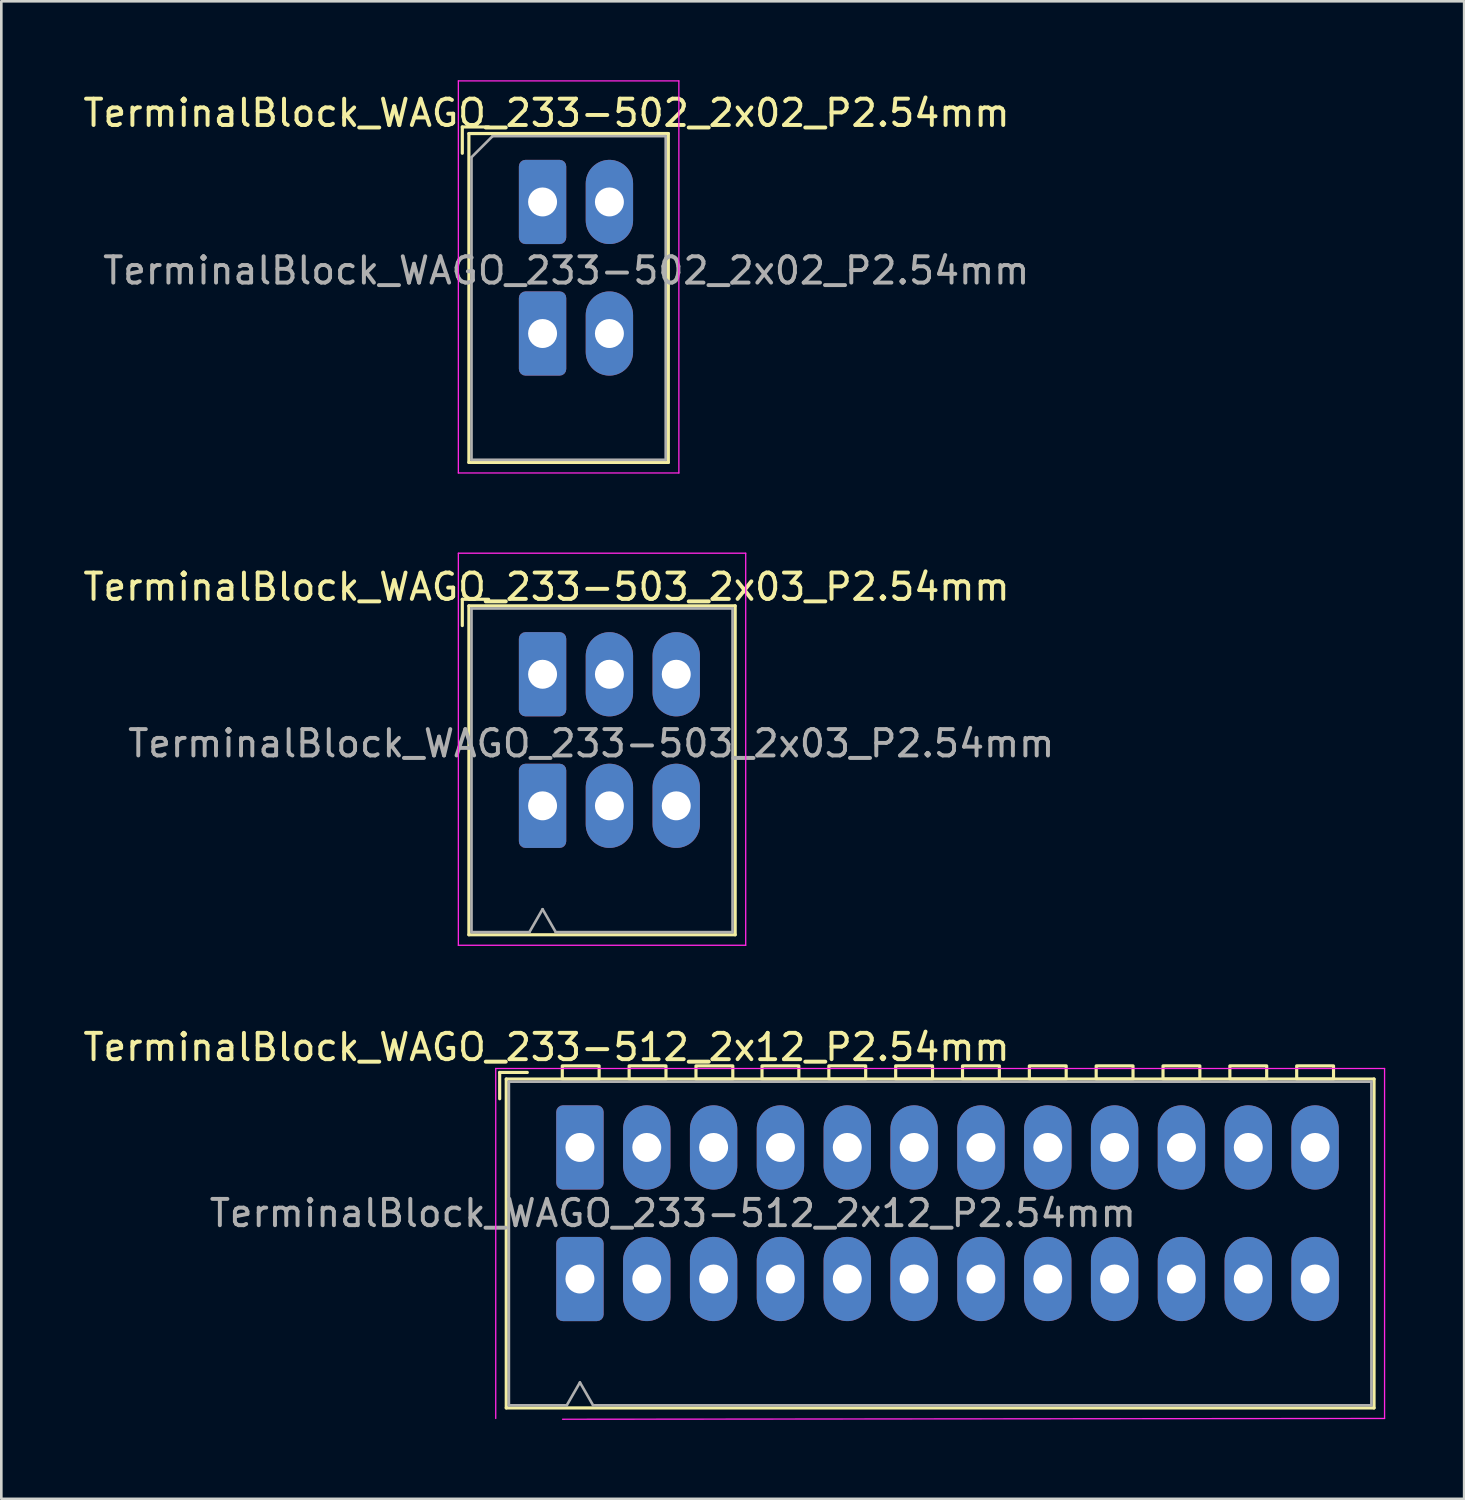
<source format=kicad_pcb>
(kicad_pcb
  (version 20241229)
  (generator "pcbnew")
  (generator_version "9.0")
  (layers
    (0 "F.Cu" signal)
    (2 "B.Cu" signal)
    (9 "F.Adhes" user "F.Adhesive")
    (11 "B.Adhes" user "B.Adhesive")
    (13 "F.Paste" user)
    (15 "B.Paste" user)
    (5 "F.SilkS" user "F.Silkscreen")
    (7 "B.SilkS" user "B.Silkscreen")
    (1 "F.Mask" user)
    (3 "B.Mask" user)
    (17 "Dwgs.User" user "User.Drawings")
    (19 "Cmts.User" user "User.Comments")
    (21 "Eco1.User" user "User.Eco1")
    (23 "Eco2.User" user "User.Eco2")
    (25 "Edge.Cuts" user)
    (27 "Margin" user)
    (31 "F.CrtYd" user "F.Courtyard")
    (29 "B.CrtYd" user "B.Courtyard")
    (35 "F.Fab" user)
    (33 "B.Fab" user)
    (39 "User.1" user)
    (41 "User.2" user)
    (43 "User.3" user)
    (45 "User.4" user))
  (footprint "TerminalBlock_WAGO_233-512_2x12_P2.54mm"
    (layer "F.Cu")
    (at 18.99 40.558)
    (property "Reference" "TerminalBlock_WAGO_233-512_2x12_P2.54mm" (at -1.27 -3.81 0) (layer "F.SilkS") (effects (font (size 1 1) (thickness 0.15))))
    (attr through_hole)
    (fp_line (start -3.05 -2.85) (end -3.05 -1.85) (stroke (width 0.12) (type default)) (layer "F.SilkS"))
    (fp_line (start -3.05 -2.85) (end -2 -2.85) (stroke (width 0.12) (type default)) (layer "F.SilkS"))
    (fp_line (start -2.8 -2.6) (end 30.18 -2.6) (stroke (width 0.12) (type solid)) (layer "F.SilkS"))
    (fp_line (start -2.8 9.9) (end -2.8 -2.6) (stroke (width 0.12) (type solid)) (layer "F.SilkS"))
    (fp_line (start 30.18 -2.6) (end 30.18 9.9) (stroke (width 0.12) (type solid)) (layer "F.SilkS"))
    (fp_line (start 30.18 9.9) (end -2.8 9.9) (stroke (width 0.12) (type solid)) (layer "F.SilkS"))
    (fp_rect (start -0.67 -3.1) (end 0.73 -2.6) (stroke (width 0.12) (type default)) (fill no) (layer "F.SilkS"))
    (fp_rect (start 1.87 -3.1) (end 3.27 -2.6) (stroke (width 0.12) (type default)) (fill no) (layer "F.SilkS"))
    (fp_rect (start 4.41 -3.1) (end 5.81 -2.6) (stroke (width 0.12) (type default)) (fill no) (layer "F.SilkS"))
    (fp_rect (start 6.92 -3.1) (end 8.32 -2.6) (stroke (width 0.12) (type default)) (fill no) (layer "F.SilkS"))
    (fp_rect (start 9.46 -3.101) (end 10.86 -2.601) (stroke (width 0.12) (type default)) (fill no) (layer "F.SilkS"))
    (fp_rect (start 12 -3.101) (end 13.4 -2.601) (stroke (width 0.12) (type default)) (fill no) (layer "F.SilkS"))
    (fp_rect (start 14.54 -3.1) (end 15.94 -2.6) (stroke (width 0.12) (type default)) (fill no) (layer "F.SilkS"))
    (fp_rect (start 17.08 -3.1) (end 18.48 -2.6) (stroke (width 0.12) (type default)) (fill no) (layer "F.SilkS"))
    (fp_rect (start 19.62 -3.1) (end 21.02 -2.6) (stroke (width 0.12) (type default)) (fill no) (layer "F.SilkS"))
    (fp_rect (start 22.16 -3.1) (end 23.56 -2.6) (stroke (width 0.12) (type default)) (fill no) (layer "F.SilkS"))
    (fp_rect (start 24.7 -3.1) (end 26.1 -2.6) (stroke (width 0.12) (type default)) (fill no) (layer "F.SilkS"))
    (fp_rect (start 27.24 -3.1) (end 28.64 -2.6) (stroke (width 0.12) (type default)) (fill no) (layer "F.SilkS"))
    (fp_line (start -3.2 -3) (end 30.58 -3) (stroke (width 0.05) (type solid)) (layer "F.CrtYd"))
    (fp_line (start -3.2 10.3) (end -3.2 -3) (stroke (width 0.05) (type solid)) (layer "F.CrtYd"))
    (fp_line (start 30.58 -3) (end 30.58 10.3) (stroke (width 0.05) (type solid)) (layer "F.CrtYd"))
    (fp_line (start 30.58 10.3) (end -0.66 10.33) (stroke (width 0.05) (type solid)) (layer "F.CrtYd"))
    (fp_line (start -2.7 -2.5) (end 30.08 -2.5) (stroke (width 0.1) (type default)) (layer "F.Fab"))
    (fp_line (start -2.7 9.8) (end -2.7 -2.5) (stroke (width 0.1) (type default)) (layer "F.Fab"))
    (fp_line (start -2.7 9.8) (end -0.5 9.8) (stroke (width 0.1) (type default)) (layer "F.Fab"))
    (fp_line (start 0 8.93) (end -0.5 9.8) (stroke (width 0.1) (type default)) (layer "F.Fab"))
    (fp_line (start 0.5 9.8) (end 0 8.93) (stroke (width 0.1) (type default)) (layer "F.Fab"))
    (fp_line (start 0.5 9.8) (end 30.08 9.8) (stroke (width 0.1) (type default)) (layer "F.Fab"))
    (fp_line (start 30.08 -2.5) (end 30.08 9.8) (stroke (width 0.1) (type default)) (layer "F.Fab"))
    (fp_text user "${REFERENCE}" (at 3.53 2.5 0) (layer "F.Fab") (effects (font (size 1 1) (thickness 0.15))))
    (pad "1" thru_hole roundrect (at 0 0) (size 1.8 3.2) (drill 1.1) (layers "*.Cu" "*.Mask") (roundrect_rratio 0.139))
    (pad "1" thru_hole roundrect (at 0 5) (size 1.8 3.2) (drill 1.1) (layers "*.Cu" "*.Mask") (roundrect_rratio 0.139))
    (pad "2" thru_hole oval (at 2.54 0) (size 1.8 3.2) (drill 1.1) (layers "*.Cu" "*.Mask"))
    (pad "2" thru_hole oval (at 2.54 5) (size 1.8 3.2) (drill 1.1) (layers "*.Cu" "*.Mask"))
    (pad "3" thru_hole oval (at 5.08 0) (size 1.8 3.2) (drill 1.1) (layers "*.Cu" "*.Mask"))
    (pad "3" thru_hole oval (at 5.08 5) (size 1.8 3.2) (drill 1.1) (layers "*.Cu" "*.Mask"))
    (pad "4" thru_hole oval (at 7.62 0) (size 1.8 3.2) (drill 1.1) (layers "*.Cu" "*.Mask"))
    (pad "4" thru_hole oval (at 7.62 5) (size 1.8 3.2) (drill 1.1) (layers "*.Cu" "*.Mask"))
    (pad "5" thru_hole oval (at 10.16 0) (size 1.8 3.2) (drill 1.1) (layers "*.Cu" "*.Mask"))
    (pad "5" thru_hole oval (at 10.16 5) (size 1.8 3.2) (drill 1.1) (layers "*.Cu" "*.Mask"))
    (pad "6" thru_hole oval (at 12.7 0) (size 1.8 3.2) (drill 1.1) (layers "*.Cu" "*.Mask"))
    (pad "6" thru_hole oval (at 12.7 5) (size 1.8 3.2) (drill 1.1) (layers "*.Cu" "*.Mask"))
    (pad "7" thru_hole oval (at 15.24 0) (size 1.8 3.2) (drill 1.1) (layers "*.Cu" "*.Mask"))
    (pad "7" thru_hole oval (at 15.24 5) (size 1.8 3.2) (drill 1.1) (layers "*.Cu" "*.Mask"))
    (pad "8" thru_hole oval (at 17.78 0) (size 1.8 3.2) (drill 1.1) (layers "*.Cu" "*.Mask"))
    (pad "8" thru_hole oval (at 17.78 5) (size 1.8 3.2) (drill 1.1) (layers "*.Cu" "*.Mask"))
    (pad "9" thru_hole oval (at 20.32 0) (size 1.8 3.2) (drill 1.1) (layers "*.Cu" "*.Mask"))
    (pad "9" thru_hole oval (at 20.32 5) (size 1.8 3.2) (drill 1.1) (layers "*.Cu" "*.Mask"))
    (pad "10" thru_hole oval (at 22.86 0) (size 1.8 3.2) (drill 1.1) (layers "*.Cu" "*.Mask"))
    (pad "10" thru_hole oval (at 22.86 5) (size 1.8 3.2) (drill 1.1) (layers "*.Cu" "*.Mask"))
    (pad "11" thru_hole oval (at 25.4 0) (size 1.8 3.2) (drill 1.1) (layers "*.Cu" "*.Mask"))
    (pad "11" thru_hole oval (at 25.4 5) (size 1.8 3.2) (drill 1.1) (layers "*.Cu" "*.Mask"))
    (pad "12" thru_hole oval (at 27.94 0) (size 1.8 3.2) (drill 1.1) (layers "*.Cu" "*.Mask"))
    (pad "12" thru_hole oval (at 27.94 5) (size 1.8 3.2) (drill 1.1) (layers "*.Cu" "*.Mask")))
  (footprint "TerminalBlock_WAGO_233-503_2x03_P2.54mm"
    (layer "F.Cu")
    (at 17.57 22.575)
    (property "Reference" "TerminalBlock_WAGO_233-503_2x03_P2.54mm" (at 0.15 -3.32 0) (layer "F.SilkS") (effects (font (size 1 1) (thickness 0.15))))
    (attr through_hole)
    (fp_line (start -3.05 -2.85) (end -3.05 -1.85) (stroke (width 0.12) (type default)) (layer "F.SilkS"))
    (fp_line (start -3.05 -2.85) (end -2.05 -2.85) (stroke (width 0.12) (type default)) (layer "F.SilkS"))
    (fp_line (start -2.8 -2.6) (end 7.32 -2.6) (stroke (width 0.12) (type solid)) (layer "F.SilkS"))
    (fp_line (start -2.8 9.9) (end -2.8 -2.6) (stroke (width 0.12) (type solid)) (layer "F.SilkS"))
    (fp_line (start 7.32 9.9) (end -2.8 9.9) (stroke (width 0.12) (type solid)) (layer "F.SilkS"))
    (fp_line (start 7.32 9.9) (end 7.32 -2.6) (stroke (width 0.12) (type solid)) (layer "F.SilkS"))
    (fp_line (start -3.2 -4.6) (end 7.72 -4.6) (stroke (width 0.05) (type solid)) (layer "F.CrtYd"))
    (fp_line (start -3.2 10.3) (end -3.2 -4.6) (stroke (width 0.05) (type solid)) (layer "F.CrtYd"))
    (fp_line (start 7.72 -4.6) (end 7.72 10.3) (stroke (width 0.05) (type solid)) (layer "F.CrtYd"))
    (fp_line (start 7.72 10.3) (end -3.2 10.3) (stroke (width 0.05) (type solid)) (layer "F.CrtYd"))
    (fp_line (start -2.7 -2.5) (end 7.22 -2.5) (stroke (width 0.1) (type default)) (layer "F.Fab"))
    (fp_line (start -2.7 9.8) (end -2.7 -2.5) (stroke (width 0.1) (type default)) (layer "F.Fab"))
    (fp_line (start -2.7 9.8) (end -0.5 9.8) (stroke (width 0.1) (type default)) (layer "F.Fab"))
    (fp_line (start 0 8.93) (end -0.5 9.8) (stroke (width 0.1) (type default)) (layer "F.Fab"))
    (fp_line (start 0.5 9.8) (end 0 8.93) (stroke (width 0.1) (type default)) (layer "F.Fab"))
    (fp_line (start 0.5 9.8) (end 7.22 9.8) (stroke (width 0.1) (type default)) (layer "F.Fab"))
    (fp_line (start 7.22 9.8) (end 7.22 -2.5) (stroke (width 0.1) (type default)) (layer "F.Fab"))
    (fp_text user "${REFERENCE}" (at 1.85 2.63 0) (layer "F.Fab") (effects (font (size 1 1) (thickness 0.15))))
    (pad "1" thru_hole roundrect (at 0 0) (size 1.8 3.2) (drill 1.1) (layers "*.Cu" "*.Mask") (roundrect_rratio 0.139))
    (pad "1" thru_hole roundrect (at 0 5) (size 1.8 3.2) (drill 1.1) (layers "*.Cu" "*.Mask") (roundrect_rratio 0.139))
    (pad "2" thru_hole oval (at 2.54 0) (size 1.8 3.2) (drill 1.1) (layers "*.Cu" "*.Mask"))
    (pad "2" thru_hole oval (at 2.54 5) (size 1.8 3.2) (drill 1.1) (layers "*.Cu" "*.Mask"))
    (pad "3" thru_hole oval (at 5.08 0) (size 1.8 3.2) (drill 1.1) (layers "*.Cu" "*.Mask"))
    (pad "3" thru_hole oval (at 5.08 5) (size 1.8 3.2) (drill 1.1) (layers "*.Cu" "*.Mask")))
  (footprint "TerminalBlock_WAGO_233-502_2x02_P2.54mm"
    (layer "F.Cu")
    (at 17.57 4.625)
    (property "Reference" "TerminalBlock_WAGO_233-502_2x02_P2.54mm" (at 0.15 -3.38 0) (layer "F.SilkS") (effects (font (size 1 1) (thickness 0.15))))
    (attr through_hole)
    (fp_line (start -3.05 -2.85) (end -2.05 -2.85) (stroke (width 0.12) (type default)) (layer "F.SilkS"))
    (fp_line (start -3.05 -1.85) (end -3.05 -2.85) (stroke (width 0.12) (type default)) (layer "F.SilkS"))
    (fp_line (start -2.8 -2.6) (end 4.78 -2.6) (stroke (width 0.12) (type solid)) (layer "F.SilkS"))
    (fp_line (start -2.8 9.9) (end -2.8 -2.6) (stroke (width 0.12) (type solid)) (layer "F.SilkS"))
    (fp_line (start 4.78 -2.6) (end 4.78 9.9) (stroke (width 0.12) (type solid)) (layer "F.SilkS"))
    (fp_line (start 4.78 9.9) (end -2.8 9.9) (stroke (width 0.12) (type solid)) (layer "F.SilkS"))
    (fp_line (start -3.2 -4.6) (end 5.18 -4.6) (stroke (width 0.05) (type solid)) (layer "F.CrtYd"))
    (fp_line (start -3.2 10.3) (end -3.2 -4.6) (stroke (width 0.05) (type solid)) (layer "F.CrtYd"))
    (fp_line (start 5.18 -4.6) (end 5.18 10.3) (stroke (width 0.05) (type solid)) (layer "F.CrtYd"))
    (fp_line (start 5.18 10.3) (end -3.2 10.3) (stroke (width 0.05) (type solid)) (layer "F.CrtYd"))
    (fp_line (start -2.7 -1.7) (end -1.9 -2.5) (stroke (width 0.1) (type default)) (layer "F.Fab"))
    (fp_line (start -2.7 9.8) (end -2.7 -1.7) (stroke (width 0.1) (type default)) (layer "F.Fab"))
    (fp_line (start -1.9 -2.5) (end 4.68 -2.5) (stroke (width 0.1) (type default)) (layer "F.Fab"))
    (fp_line (start 4.68 -2.5) (end 4.68 9.8) (stroke (width 0.1) (type default)) (layer "F.Fab"))
    (fp_line (start 4.68 9.8) (end -2.7 9.8) (stroke (width 0.1) (type default)) (layer "F.Fab"))
    (fp_text user "${REFERENCE}" (at 0.9 2.61 0) (layer "F.Fab") (effects (font (size 1 1) (thickness 0.15))))
    (pad "1" thru_hole roundrect (at 0 0) (size 1.8 3.2) (drill 1.1) (layers "*.Cu" "*.Mask") (roundrect_rratio 0.139))
    (pad "1" thru_hole roundrect (at 0 5) (size 1.8 3.2) (drill 1.1) (layers "*.Cu" "*.Mask") (roundrect_rratio 0.139))
    (pad "2" thru_hole oval (at 2.54 0) (size 1.8 3.2) (drill 1.1) (layers "*.Cu" "*.Mask"))
    (pad "2" thru_hole oval (at 2.54 5) (size 1.8 3.2) (drill 1.1) (layers "*.Cu" "*.Mask")))
  (gr_rect
    (start -3 -3)
    (end 52.595 53.913)
    (stroke (width 0.1) (type default))
    (fill no)
    (layer "Edge.Cuts")))
</source>
